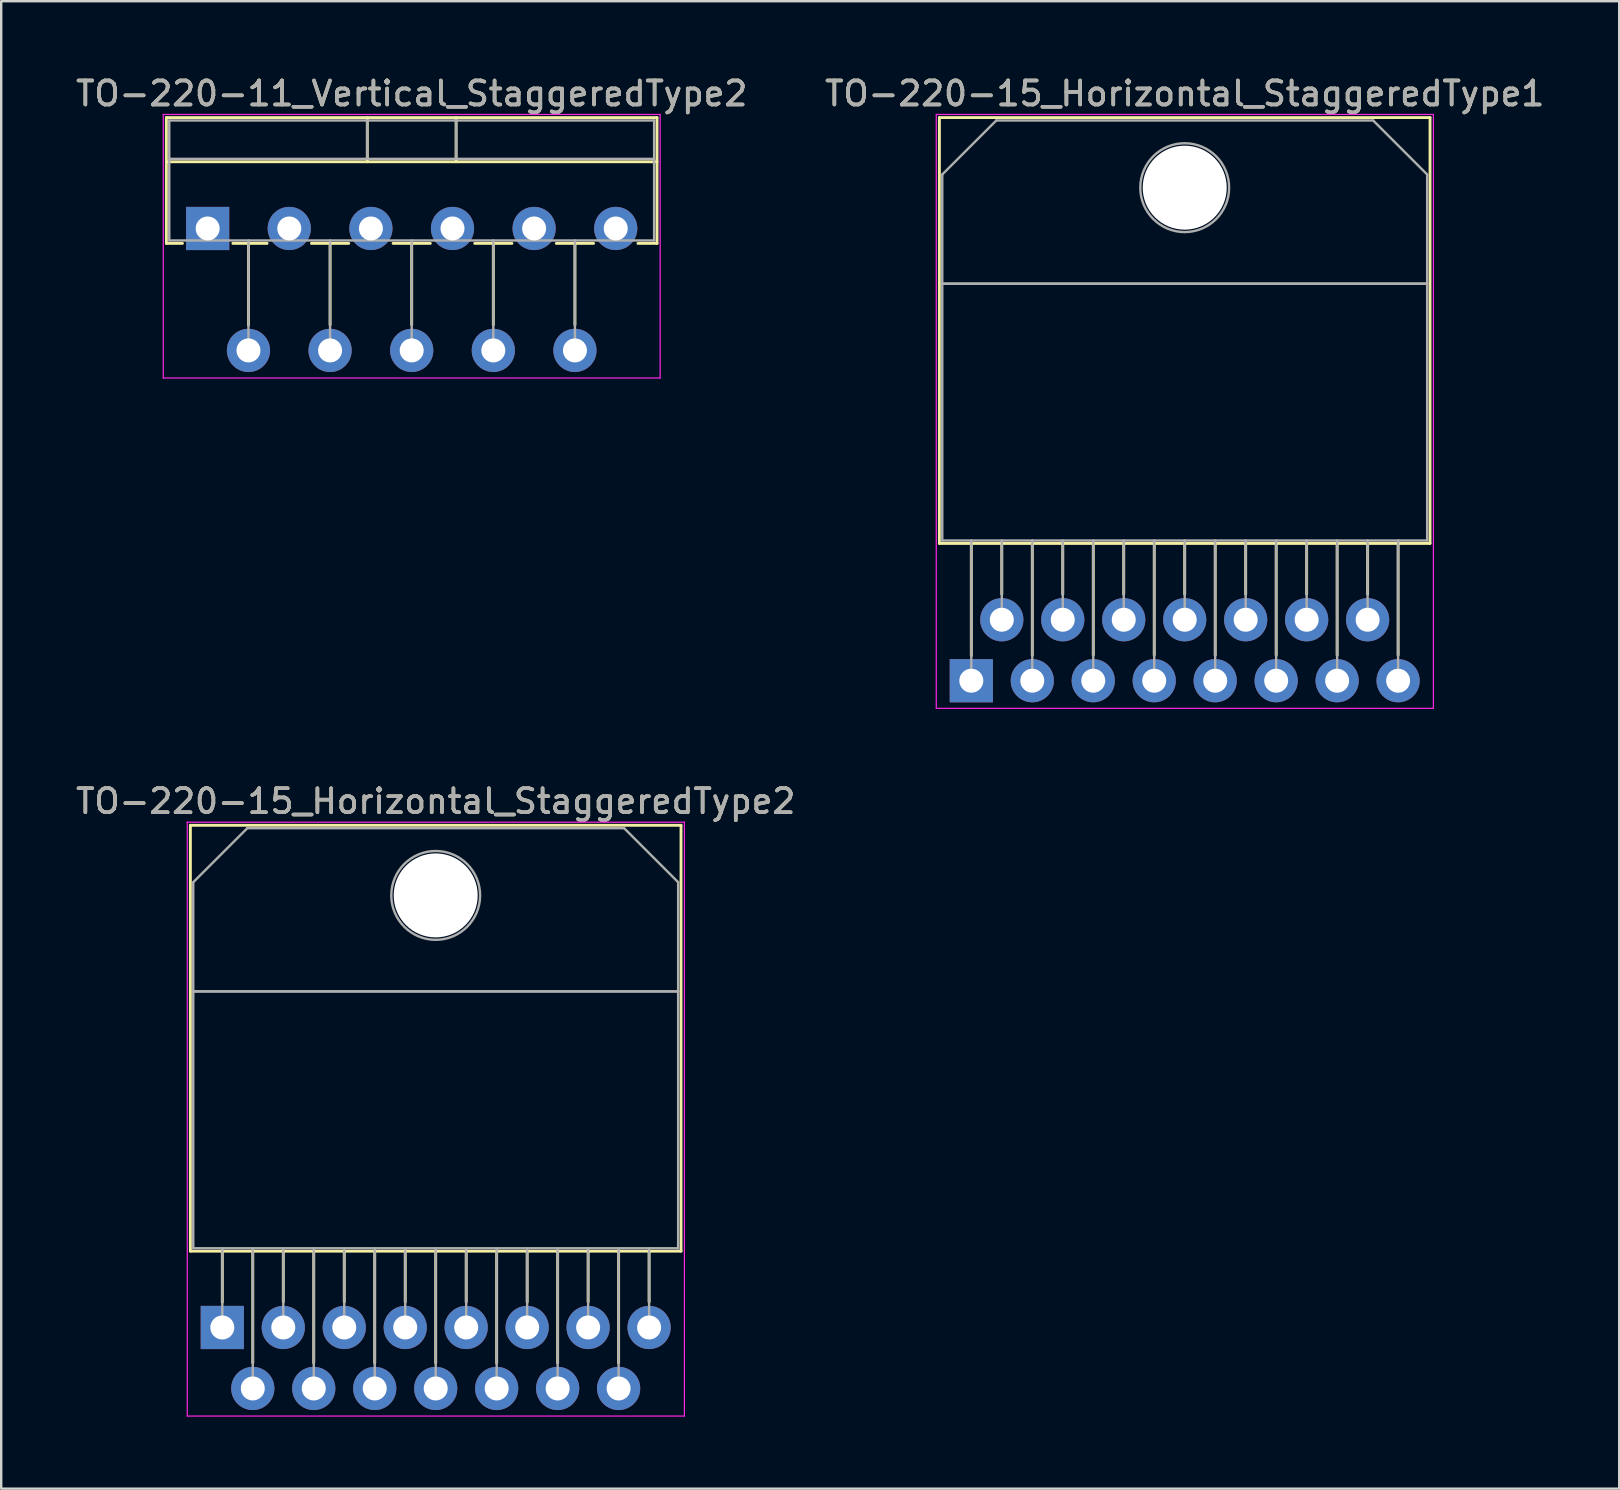
<source format=kicad_pcb>
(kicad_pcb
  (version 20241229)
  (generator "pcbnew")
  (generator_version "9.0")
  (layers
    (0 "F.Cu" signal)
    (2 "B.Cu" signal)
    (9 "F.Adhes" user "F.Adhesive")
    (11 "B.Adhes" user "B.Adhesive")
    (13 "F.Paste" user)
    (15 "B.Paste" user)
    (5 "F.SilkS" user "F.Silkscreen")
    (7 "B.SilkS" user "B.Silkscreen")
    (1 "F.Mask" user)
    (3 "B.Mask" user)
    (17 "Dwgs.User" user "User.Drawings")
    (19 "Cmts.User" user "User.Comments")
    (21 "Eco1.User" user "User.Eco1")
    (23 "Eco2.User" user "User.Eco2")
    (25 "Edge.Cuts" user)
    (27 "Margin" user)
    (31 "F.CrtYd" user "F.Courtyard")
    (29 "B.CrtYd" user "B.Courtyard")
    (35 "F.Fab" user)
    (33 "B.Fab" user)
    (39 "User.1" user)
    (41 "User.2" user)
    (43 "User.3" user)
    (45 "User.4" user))
  (footprint "TO-220-15_Horizontal_StaggeredType1"
    (layer "F.Cu")
    (at 37.414 25.308)
    (property "Reference" "TO-220-15_Horizontal_StaggeredType1" (at 8.89 -24.46 0) (layer "F.SilkS") (effects (font (size 1 1) (thickness 0.15))))
    (attr through_hole)
    (fp_line (start -1.33 -23.46) (end -1.33 -5.72) (stroke (width 0.12) (type solid)) (layer "F.SilkS"))
    (fp_line (start -1.33 -23.46) (end 19.11 -23.46) (stroke (width 0.12) (type solid)) (layer "F.SilkS"))
    (fp_line (start -1.33 -5.72) (end 19.11 -5.72) (stroke (width 0.12) (type solid)) (layer "F.SilkS"))
    (fp_line (start 0 -5.72) (end 0 -1.05) (stroke (width 0.12) (type solid)) (layer "F.SilkS"))
    (fp_line (start 1.27 -5.72) (end 1.27 -3.606) (stroke (width 0.12) (type solid)) (layer "F.SilkS"))
    (fp_line (start 2.54 -5.72) (end 2.54 -1.065) (stroke (width 0.12) (type solid)) (layer "F.SilkS"))
    (fp_line (start 3.81 -5.72) (end 3.81 -3.606) (stroke (width 0.12) (type solid)) (layer "F.SilkS"))
    (fp_line (start 5.08 -5.72) (end 5.08 -1.065) (stroke (width 0.12) (type solid)) (layer "F.SilkS"))
    (fp_line (start 6.35 -5.72) (end 6.35 -3.606) (stroke (width 0.12) (type solid)) (layer "F.SilkS"))
    (fp_line (start 7.62 -5.72) (end 7.62 -1.065) (stroke (width 0.12) (type solid)) (layer "F.SilkS"))
    (fp_line (start 8.89 -5.72) (end 8.89 -3.606) (stroke (width 0.12) (type solid)) (layer "F.SilkS"))
    (fp_line (start 10.16 -5.72) (end 10.16 -1.065) (stroke (width 0.12) (type solid)) (layer "F.SilkS"))
    (fp_line (start 11.43 -5.72) (end 11.43 -3.606) (stroke (width 0.12) (type solid)) (layer "F.SilkS"))
    (fp_line (start 12.7 -5.72) (end 12.7 -1.065) (stroke (width 0.12) (type solid)) (layer "F.SilkS"))
    (fp_line (start 13.97 -5.72) (end 13.97 -3.606) (stroke (width 0.12) (type solid)) (layer "F.SilkS"))
    (fp_line (start 15.24 -5.72) (end 15.24 -1.065) (stroke (width 0.12) (type solid)) (layer "F.SilkS"))
    (fp_line (start 16.51 -5.72) (end 16.51 -3.606) (stroke (width 0.12) (type solid)) (layer "F.SilkS"))
    (fp_line (start 17.78 -5.72) (end 17.78 -1.065) (stroke (width 0.12) (type solid)) (layer "F.SilkS"))
    (fp_line (start 19.11 -23.46) (end 19.11 -5.72) (stroke (width 0.12) (type solid)) (layer "F.SilkS"))
    (fp_line (start -1.46 -23.59) (end -1.46 1.15) (stroke (width 0.05) (type solid)) (layer "F.CrtYd"))
    (fp_line (start -1.46 1.15) (end 19.25 1.15) (stroke (width 0.05) (type solid)) (layer "F.CrtYd"))
    (fp_line (start 19.25 -23.59) (end -1.46 -23.59) (stroke (width 0.05) (type solid)) (layer "F.CrtYd"))
    (fp_line (start 19.25 1.15) (end 19.25 -23.59) (stroke (width 0.05) (type solid)) (layer "F.CrtYd"))
    (fp_line (start -1.21 -21.09) (end 1.041 -23.34) (stroke (width 0.1) (type solid)) (layer "F.Fab"))
    (fp_line (start -1.21 -16.54) (end -1.21 -21.09) (stroke (width 0.1) (type solid)) (layer "F.Fab"))
    (fp_line (start -1.21 -16.54) (end 18.99 -16.54) (stroke (width 0.1) (type solid)) (layer "F.Fab"))
    (fp_line (start -1.21 -5.84) (end -1.21 -16.54) (stroke (width 0.1) (type solid)) (layer "F.Fab"))
    (fp_line (start 0 -5.84) (end 0 0) (stroke (width 0.1) (type solid)) (layer "F.Fab"))
    (fp_line (start 1.041 -23.34) (end 16.74 -23.34) (stroke (width 0.1) (type solid)) (layer "F.Fab"))
    (fp_line (start 1.27 -5.84) (end 1.27 -2.54) (stroke (width 0.1) (type solid)) (layer "F.Fab"))
    (fp_line (start 2.54 -5.84) (end 2.54 0) (stroke (width 0.1) (type solid)) (layer "F.Fab"))
    (fp_line (start 3.81 -5.84) (end 3.81 -2.54) (stroke (width 0.1) (type solid)) (layer "F.Fab"))
    (fp_line (start 5.08 -5.84) (end 5.08 0) (stroke (width 0.1) (type solid)) (layer "F.Fab"))
    (fp_line (start 6.35 -5.84) (end 6.35 -2.54) (stroke (width 0.1) (type solid)) (layer "F.Fab"))
    (fp_line (start 7.62 -5.84) (end 7.62 0) (stroke (width 0.1) (type solid)) (layer "F.Fab"))
    (fp_line (start 8.89 -5.84) (end 8.89 -2.54) (stroke (width 0.1) (type solid)) (layer "F.Fab"))
    (fp_line (start 10.16 -5.84) (end 10.16 0) (stroke (width 0.1) (type solid)) (layer "F.Fab"))
    (fp_line (start 11.43 -5.84) (end 11.43 -2.54) (stroke (width 0.1) (type solid)) (layer "F.Fab"))
    (fp_line (start 12.7 -5.84) (end 12.7 0) (stroke (width 0.1) (type solid)) (layer "F.Fab"))
    (fp_line (start 13.97 -5.84) (end 13.97 -2.54) (stroke (width 0.1) (type solid)) (layer "F.Fab"))
    (fp_line (start 15.24 -5.84) (end 15.24 0) (stroke (width 0.1) (type solid)) (layer "F.Fab"))
    (fp_line (start 16.51 -5.84) (end 16.51 -2.54) (stroke (width 0.1) (type solid)) (layer "F.Fab"))
    (fp_line (start 16.74 -23.34) (end 18.99 -21.09) (stroke (width 0.1) (type solid)) (layer "F.Fab"))
    (fp_line (start 17.78 -5.84) (end 17.78 0) (stroke (width 0.1) (type solid)) (layer "F.Fab"))
    (fp_line (start 18.99 -21.09) (end 18.99 -16.54) (stroke (width 0.1) (type solid)) (layer "F.Fab"))
    (fp_line (start 18.99 -16.54) (end -1.21 -16.54) (stroke (width 0.1) (type solid)) (layer "F.Fab"))
    (fp_line (start 18.99 -16.54) (end 18.99 -5.84) (stroke (width 0.1) (type solid)) (layer "F.Fab"))
    (fp_line (start 18.99 -5.84) (end -1.21 -5.84) (stroke (width 0.1) (type solid)) (layer "F.Fab"))
    (fp_circle (center 8.89 -20.54) (end 10.74 -20.54) (stroke (width 0.1) (type solid)) (fill no) (layer "F.Fab"))
    (fp_text user "${REFERENCE}" (at 8.89 -24.46 0) (layer "F.Fab") (effects (font (size 1 1) (thickness 0.15))))
    (pad "" np_thru_hole oval (at 8.89 -20.54) (size 3.5 3.5) (drill 3.5) (layers "*.Cu" "*.Mask"))
    (pad "1" thru_hole rect (at 0 0) (size 1.8 1.8) (drill 1) (layers "*.Cu" "*.Mask"))
    (pad "2" thru_hole oval (at 1.27 -2.54) (size 1.8 1.8) (drill 1) (layers "*.Cu" "*.Mask"))
    (pad "3" thru_hole oval (at 2.54 0) (size 1.8 1.8) (drill 1) (layers "*.Cu" "*.Mask"))
    (pad "4" thru_hole oval (at 3.81 -2.54) (size 1.8 1.8) (drill 1) (layers "*.Cu" "*.Mask"))
    (pad "5" thru_hole oval (at 5.08 0) (size 1.8 1.8) (drill 1) (layers "*.Cu" "*.Mask"))
    (pad "6" thru_hole oval (at 6.35 -2.54) (size 1.8 1.8) (drill 1) (layers "*.Cu" "*.Mask"))
    (pad "7" thru_hole oval (at 7.62 0) (size 1.8 1.8) (drill 1) (layers "*.Cu" "*.Mask"))
    (pad "8" thru_hole oval (at 8.89 -2.54) (size 1.8 1.8) (drill 1) (layers "*.Cu" "*.Mask"))
    (pad "9" thru_hole oval (at 10.16 0) (size 1.8 1.8) (drill 1) (layers "*.Cu" "*.Mask"))
    (pad "10" thru_hole oval (at 11.43 -2.54) (size 1.8 1.8) (drill 1) (layers "*.Cu" "*.Mask"))
    (pad "11" thru_hole oval (at 12.7 0) (size 1.8 1.8) (drill 1) (layers "*.Cu" "*.Mask"))
    (pad "12" thru_hole oval (at 13.97 -2.54) (size 1.8 1.8) (drill 1) (layers "*.Cu" "*.Mask"))
    (pad "13" thru_hole oval (at 15.24 0) (size 1.8 1.8) (drill 1) (layers "*.Cu" "*.Mask"))
    (pad "14" thru_hole oval (at 16.51 -2.54) (size 1.8 1.8) (drill 1) (layers "*.Cu" "*.Mask"))
    (pad "15" thru_hole oval (at 17.78 0) (size 1.8 1.8) (drill 1) (layers "*.Cu" "*.Mask")))
  (footprint "TO-220-11_Vertical_StaggeredType2"
    (layer "F.Cu")
    (at 5.601 6.468)
    (property "Reference" "TO-220-11_Vertical_StaggeredType2" (at 8.5 -5.62 0) (layer "F.SilkS") (effects (font (size 1 1) (thickness 0.15))))
    (attr through_hole)
    (fp_line (start -1.72 -4.62) (end -1.72 0.621) (stroke (width 0.12) (type solid)) (layer "F.SilkS"))
    (fp_line (start -1.72 -4.62) (end 18.72 -4.62) (stroke (width 0.12) (type solid)) (layer "F.SilkS"))
    (fp_line (start -1.72 -2.78) (end 18.72 -2.78) (stroke (width 0.12) (type solid)) (layer "F.SilkS"))
    (fp_line (start -1.72 0.621) (end -1.05 0.621) (stroke (width 0.12) (type solid)) (layer "F.SilkS"))
    (fp_line (start 1.05 0.621) (end 2.476 0.621) (stroke (width 0.12) (type solid)) (layer "F.SilkS"))
    (fp_line (start 1.7 0.621) (end 1.7 4.015) (stroke (width 0.12) (type solid)) (layer "F.SilkS"))
    (fp_line (start 4.325 0.621) (end 5.876 0.621) (stroke (width 0.12) (type solid)) (layer "F.SilkS"))
    (fp_line (start 5.1 0.621) (end 5.1 4.015) (stroke (width 0.12) (type solid)) (layer "F.SilkS"))
    (fp_line (start 6.65 -4.62) (end 6.65 -2.78) (stroke (width 0.12) (type solid)) (layer "F.SilkS"))
    (fp_line (start 7.725 0.621) (end 9.276 0.621) (stroke (width 0.12) (type solid)) (layer "F.SilkS"))
    (fp_line (start 8.5 0.621) (end 8.5 4.015) (stroke (width 0.12) (type solid)) (layer "F.SilkS"))
    (fp_line (start 10.35 -4.62) (end 10.35 -2.78) (stroke (width 0.12) (type solid)) (layer "F.SilkS"))
    (fp_line (start 11.125 0.621) (end 12.676 0.621) (stroke (width 0.12) (type solid)) (layer "F.SilkS"))
    (fp_line (start 11.9 0.621) (end 11.9 4.015) (stroke (width 0.12) (type solid)) (layer "F.SilkS"))
    (fp_line (start 14.525 0.621) (end 16.076 0.621) (stroke (width 0.12) (type solid)) (layer "F.SilkS"))
    (fp_line (start 15.3 0.621) (end 15.3 4.015) (stroke (width 0.12) (type solid)) (layer "F.SilkS"))
    (fp_line (start 17.925 0.621) (end 18.72 0.621) (stroke (width 0.12) (type solid)) (layer "F.SilkS"))
    (fp_line (start 18.72 -4.62) (end 18.72 0.621) (stroke (width 0.12) (type solid)) (layer "F.SilkS"))
    (fp_line (start -1.85 -4.75) (end -1.85 6.23) (stroke (width 0.05) (type solid)) (layer "F.CrtYd"))
    (fp_line (start -1.85 6.23) (end 18.85 6.23) (stroke (width 0.05) (type solid)) (layer "F.CrtYd"))
    (fp_line (start 18.85 -4.75) (end -1.85 -4.75) (stroke (width 0.05) (type solid)) (layer "F.CrtYd"))
    (fp_line (start 18.85 6.23) (end 18.85 -4.75) (stroke (width 0.05) (type solid)) (layer "F.CrtYd"))
    (fp_line (start -1.6 -4.5) (end -1.6 0.5) (stroke (width 0.1) (type solid)) (layer "F.Fab"))
    (fp_line (start -1.6 -2.9) (end 18.6 -2.9) (stroke (width 0.1) (type solid)) (layer "F.Fab"))
    (fp_line (start -1.6 0.5) (end 18.6 0.5) (stroke (width 0.1) (type solid)) (layer "F.Fab"))
    (fp_line (start 1.7 0.5) (end 1.7 5.08) (stroke (width 0.1) (type solid)) (layer "F.Fab"))
    (fp_line (start 5.1 0.5) (end 5.1 5.08) (stroke (width 0.1) (type solid)) (layer "F.Fab"))
    (fp_line (start 6.65 -4.5) (end 6.65 -2.9) (stroke (width 0.1) (type solid)) (layer "F.Fab"))
    (fp_line (start 8.5 0.5) (end 8.5 5.08) (stroke (width 0.1) (type solid)) (layer "F.Fab"))
    (fp_line (start 10.35 -4.5) (end 10.35 -2.9) (stroke (width 0.1) (type solid)) (layer "F.Fab"))
    (fp_line (start 11.9 0.5) (end 11.9 5.08) (stroke (width 0.1) (type solid)) (layer "F.Fab"))
    (fp_line (start 15.3 0.5) (end 15.3 5.08) (stroke (width 0.1) (type solid)) (layer "F.Fab"))
    (fp_line (start 18.6 -4.5) (end -1.6 -4.5) (stroke (width 0.1) (type solid)) (layer "F.Fab"))
    (fp_line (start 18.6 0.5) (end 18.6 -4.5) (stroke (width 0.1) (type solid)) (layer "F.Fab"))
    (fp_text user "${REFERENCE}" (at 8.5 -5.62 0) (layer "F.Fab") (effects (font (size 1 1) (thickness 0.15))))
    (pad "1" thru_hole rect (at 0 0) (size 1.8 1.8) (drill 1) (layers "*.Cu" "*.Mask"))
    (pad "2" thru_hole oval (at 1.7 5.08) (size 1.8 1.8) (drill 1) (layers "*.Cu" "*.Mask"))
    (pad "3" thru_hole oval (at 3.4 0) (size 1.8 1.8) (drill 1) (layers "*.Cu" "*.Mask"))
    (pad "4" thru_hole oval (at 5.1 5.08) (size 1.8 1.8) (drill 1) (layers "*.Cu" "*.Mask"))
    (pad "5" thru_hole oval (at 6.8 0) (size 1.8 1.8) (drill 1) (layers "*.Cu" "*.Mask"))
    (pad "6" thru_hole oval (at 8.5 5.08) (size 1.8 1.8) (drill 1) (layers "*.Cu" "*.Mask"))
    (pad "7" thru_hole oval (at 10.2 0) (size 1.8 1.8) (drill 1) (layers "*.Cu" "*.Mask"))
    (pad "8" thru_hole oval (at 11.9 5.08) (size 1.8 1.8) (drill 1) (layers "*.Cu" "*.Mask"))
    (pad "9" thru_hole oval (at 13.6 0) (size 1.8 1.8) (drill 1) (layers "*.Cu" "*.Mask"))
    (pad "10" thru_hole oval (at 15.3 5.08) (size 1.8 1.8) (drill 1) (layers "*.Cu" "*.Mask"))
    (pad "11" thru_hole oval (at 17 0) (size 1.8 1.8) (drill 1) (layers "*.Cu" "*.Mask")))
  (footprint "TO-220-15_Horizontal_StaggeredType2"
    (layer "F.Cu")
    (at 6.211 52.252)
    (property "Reference" "TO-220-15_Horizontal_StaggeredType2" (at 8.89 -21.92 0) (layer "F.SilkS") (effects (font (size 1 1) (thickness 0.15))))
    (attr through_hole)
    (fp_line (start -1.33 -20.92) (end -1.33 -3.18) (stroke (width 0.12) (type solid)) (layer "F.SilkS"))
    (fp_line (start -1.33 -20.92) (end 19.11 -20.92) (stroke (width 0.12) (type solid)) (layer "F.SilkS"))
    (fp_line (start -1.33 -3.18) (end 19.11 -3.18) (stroke (width 0.12) (type solid)) (layer "F.SilkS"))
    (fp_line (start 0 -3.18) (end 0 -1.05) (stroke (width 0.12) (type solid)) (layer "F.SilkS"))
    (fp_line (start 1.27 -3.18) (end 1.27 1.475) (stroke (width 0.12) (type solid)) (layer "F.SilkS"))
    (fp_line (start 2.54 -3.18) (end 2.54 -1.066) (stroke (width 0.12) (type solid)) (layer "F.SilkS"))
    (fp_line (start 3.81 -3.18) (end 3.81 1.475) (stroke (width 0.12) (type solid)) (layer "F.SilkS"))
    (fp_line (start 5.08 -3.18) (end 5.08 -1.066) (stroke (width 0.12) (type solid)) (layer "F.SilkS"))
    (fp_line (start 6.35 -3.18) (end 6.35 1.475) (stroke (width 0.12) (type solid)) (layer "F.SilkS"))
    (fp_line (start 7.62 -3.18) (end 7.62 -1.066) (stroke (width 0.12) (type solid)) (layer "F.SilkS"))
    (fp_line (start 8.89 -3.18) (end 8.89 1.475) (stroke (width 0.12) (type solid)) (layer "F.SilkS"))
    (fp_line (start 10.16 -3.18) (end 10.16 -1.066) (stroke (width 0.12) (type solid)) (layer "F.SilkS"))
    (fp_line (start 11.43 -3.18) (end 11.43 1.475) (stroke (width 0.12) (type solid)) (layer "F.SilkS"))
    (fp_line (start 12.7 -3.18) (end 12.7 -1.066) (stroke (width 0.12) (type solid)) (layer "F.SilkS"))
    (fp_line (start 13.97 -3.18) (end 13.97 1.475) (stroke (width 0.12) (type solid)) (layer "F.SilkS"))
    (fp_line (start 15.24 -3.18) (end 15.24 -1.066) (stroke (width 0.12) (type solid)) (layer "F.SilkS"))
    (fp_line (start 16.51 -3.18) (end 16.51 1.475) (stroke (width 0.12) (type solid)) (layer "F.SilkS"))
    (fp_line (start 17.78 -3.18) (end 17.78 -1.066) (stroke (width 0.12) (type solid)) (layer "F.SilkS"))
    (fp_line (start 19.11 -20.92) (end 19.11 -3.18) (stroke (width 0.12) (type solid)) (layer "F.SilkS"))
    (fp_line (start -1.46 -21.05) (end -1.46 3.69) (stroke (width 0.05) (type solid)) (layer "F.CrtYd"))
    (fp_line (start -1.46 3.69) (end 19.25 3.69) (stroke (width 0.05) (type solid)) (layer "F.CrtYd"))
    (fp_line (start 19.25 -21.05) (end -1.46 -21.05) (stroke (width 0.05) (type solid)) (layer "F.CrtYd"))
    (fp_line (start 19.25 3.69) (end 19.25 -21.05) (stroke (width 0.05) (type solid)) (layer "F.CrtYd"))
    (fp_line (start -1.21 -18.55) (end 1.041 -20.8) (stroke (width 0.1) (type solid)) (layer "F.Fab"))
    (fp_line (start -1.21 -14) (end -1.21 -18.55) (stroke (width 0.1) (type solid)) (layer "F.Fab"))
    (fp_line (start -1.21 -14) (end 18.99 -14) (stroke (width 0.1) (type solid)) (layer "F.Fab"))
    (fp_line (start -1.21 -3.3) (end -1.21 -14) (stroke (width 0.1) (type solid)) (layer "F.Fab"))
    (fp_line (start 0 -3.3) (end 0 0) (stroke (width 0.1) (type solid)) (layer "F.Fab"))
    (fp_line (start 1.041 -20.8) (end 16.74 -20.8) (stroke (width 0.1) (type solid)) (layer "F.Fab"))
    (fp_line (start 1.27 -3.3) (end 1.27 2.54) (stroke (width 0.1) (type solid)) (layer "F.Fab"))
    (fp_line (start 2.54 -3.3) (end 2.54 0) (stroke (width 0.1) (type solid)) (layer "F.Fab"))
    (fp_line (start 3.81 -3.3) (end 3.81 2.54) (stroke (width 0.1) (type solid)) (layer "F.Fab"))
    (fp_line (start 5.08 -3.3) (end 5.08 0) (stroke (width 0.1) (type solid)) (layer "F.Fab"))
    (fp_line (start 6.35 -3.3) (end 6.35 2.54) (stroke (width 0.1) (type solid)) (layer "F.Fab"))
    (fp_line (start 7.62 -3.3) (end 7.62 0) (stroke (width 0.1) (type solid)) (layer "F.Fab"))
    (fp_line (start 8.89 -3.3) (end 8.89 2.54) (stroke (width 0.1) (type solid)) (layer "F.Fab"))
    (fp_line (start 10.16 -3.3) (end 10.16 0) (stroke (width 0.1) (type solid)) (layer "F.Fab"))
    (fp_line (start 11.43 -3.3) (end 11.43 2.54) (stroke (width 0.1) (type solid)) (layer "F.Fab"))
    (fp_line (start 12.7 -3.3) (end 12.7 0) (stroke (width 0.1) (type solid)) (layer "F.Fab"))
    (fp_line (start 13.97 -3.3) (end 13.97 2.54) (stroke (width 0.1) (type solid)) (layer "F.Fab"))
    (fp_line (start 15.24 -3.3) (end 15.24 0) (stroke (width 0.1) (type solid)) (layer "F.Fab"))
    (fp_line (start 16.51 -3.3) (end 16.51 2.54) (stroke (width 0.1) (type solid)) (layer "F.Fab"))
    (fp_line (start 16.74 -20.8) (end 18.99 -18.55) (stroke (width 0.1) (type solid)) (layer "F.Fab"))
    (fp_line (start 17.78 -3.3) (end 17.78 0) (stroke (width 0.1) (type solid)) (layer "F.Fab"))
    (fp_line (start 18.99 -18.55) (end 18.99 -14) (stroke (width 0.1) (type solid)) (layer "F.Fab"))
    (fp_line (start 18.99 -14) (end -1.21 -14) (stroke (width 0.1) (type solid)) (layer "F.Fab"))
    (fp_line (start 18.99 -14) (end 18.99 -3.3) (stroke (width 0.1) (type solid)) (layer "F.Fab"))
    (fp_line (start 18.99 -3.3) (end -1.21 -3.3) (stroke (width 0.1) (type solid)) (layer "F.Fab"))
    (fp_circle (center 8.89 -18) (end 10.74 -18) (stroke (width 0.1) (type solid)) (fill no) (layer "F.Fab"))
    (fp_text user "${REFERENCE}" (at 8.89 -21.92 0) (layer "F.Fab") (effects (font (size 1 1) (thickness 0.15))))
    (pad "" np_thru_hole oval (at 8.89 -18) (size 3.5 3.5) (drill 3.5) (layers "*.Cu" "*.Mask"))
    (pad "1" thru_hole rect (at 0 0) (size 1.8 1.8) (drill 1) (layers "*.Cu" "*.Mask"))
    (pad "2" thru_hole oval (at 1.27 2.54) (size 1.8 1.8) (drill 1) (layers "*.Cu" "*.Mask"))
    (pad "3" thru_hole oval (at 2.54 0) (size 1.8 1.8) (drill 1) (layers "*.Cu" "*.Mask"))
    (pad "4" thru_hole oval (at 3.81 2.54) (size 1.8 1.8) (drill 1) (layers "*.Cu" "*.Mask"))
    (pad "5" thru_hole oval (at 5.08 0) (size 1.8 1.8) (drill 1) (layers "*.Cu" "*.Mask"))
    (pad "6" thru_hole oval (at 6.35 2.54) (size 1.8 1.8) (drill 1) (layers "*.Cu" "*.Mask"))
    (pad "7" thru_hole oval (at 7.62 0) (size 1.8 1.8) (drill 1) (layers "*.Cu" "*.Mask"))
    (pad "8" thru_hole oval (at 8.89 2.54) (size 1.8 1.8) (drill 1) (layers "*.Cu" "*.Mask"))
    (pad "9" thru_hole oval (at 10.16 0) (size 1.8 1.8) (drill 1) (layers "*.Cu" "*.Mask"))
    (pad "10" thru_hole oval (at 11.43 2.54) (size 1.8 1.8) (drill 1) (layers "*.Cu" "*.Mask"))
    (pad "11" thru_hole oval (at 12.7 0) (size 1.8 1.8) (drill 1) (layers "*.Cu" "*.Mask"))
    (pad "12" thru_hole oval (at 13.97 2.54) (size 1.8 1.8) (drill 1) (layers "*.Cu" "*.Mask"))
    (pad "13" thru_hole oval (at 15.24 0) (size 1.8 1.8) (drill 1) (layers "*.Cu" "*.Mask"))
    (pad "14" thru_hole oval (at 16.51 2.54) (size 1.8 1.8) (drill 1) (layers "*.Cu" "*.Mask"))
    (pad "15" thru_hole oval (at 17.78 0) (size 1.8 1.8) (drill 1) (layers "*.Cu" "*.Mask")))
  (gr_rect
    (start -3 -3)
    (end 64.405 58.967)
    (stroke (width 0.1) (type default))
    (fill no)
    (layer "Edge.Cuts")))
</source>
